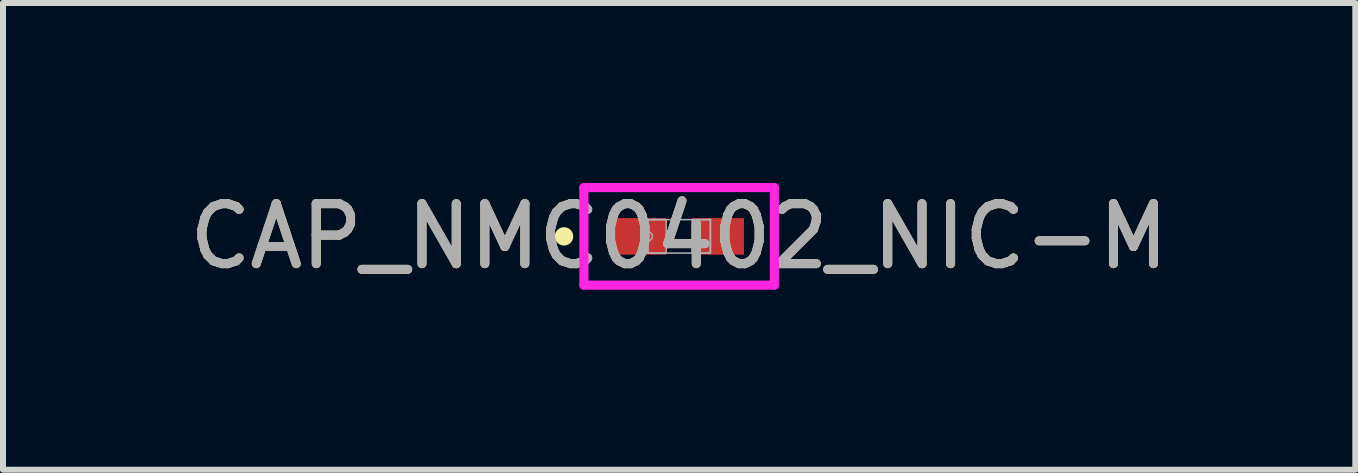
<source format=kicad_pcb>
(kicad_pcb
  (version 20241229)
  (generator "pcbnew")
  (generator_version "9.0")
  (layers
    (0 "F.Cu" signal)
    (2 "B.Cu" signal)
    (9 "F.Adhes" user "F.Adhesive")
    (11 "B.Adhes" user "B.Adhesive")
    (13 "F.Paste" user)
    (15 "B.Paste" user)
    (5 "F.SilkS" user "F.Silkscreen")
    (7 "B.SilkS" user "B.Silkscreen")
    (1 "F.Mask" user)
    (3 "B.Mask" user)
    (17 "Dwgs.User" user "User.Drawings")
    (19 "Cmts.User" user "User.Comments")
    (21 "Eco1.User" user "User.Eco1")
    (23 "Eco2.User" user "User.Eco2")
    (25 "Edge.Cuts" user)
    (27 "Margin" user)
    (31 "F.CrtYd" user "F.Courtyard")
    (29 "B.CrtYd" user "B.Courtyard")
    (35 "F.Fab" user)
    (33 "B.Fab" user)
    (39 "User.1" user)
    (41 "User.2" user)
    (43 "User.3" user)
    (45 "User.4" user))
  (footprint "CAP_NMC0402_NIC-M"
    (layer "F.Cu")
    (at 8.268 0.889)
    (property "Reference" "CAP_NMC0402_NIC-M" (at 0 0 0) (unlocked yes) (layer "F.SilkS") (effects (font (size 1 1) (thickness 0.15))))
    (attr smd)
    (fp_circle (center -1.918 0) (end -1.841 0) (stroke (width 0.152) (type solid)) (fill no) (layer "F.SilkS"))
    (fp_line (start -1.587 -0.813) (end 1.587 -0.813) (stroke (width 0.152) (type solid)) (layer "F.CrtYd"))
    (fp_line (start -1.587 0.813) (end -1.587 -0.813) (stroke (width 0.152) (type solid)) (layer "F.CrtYd"))
    (fp_line (start 1.587 -0.813) (end 1.587 0.813) (stroke (width 0.152) (type solid)) (layer "F.CrtYd"))
    (fp_line (start 1.587 0.813) (end -1.587 0.813) (stroke (width 0.152) (type solid)) (layer "F.CrtYd"))
    (fp_line (start -0.521 -0.279) (end -0.521 0.279) (stroke (width 0.025) (type solid)) (layer "F.Fab"))
    (fp_line (start -0.521 -0.279) (end -0.521 0.279) (stroke (width 0.025) (type solid)) (layer "F.Fab"))
    (fp_line (start -0.521 0.279) (end -0.216 0.279) (stroke (width 0.025) (type solid)) (layer "F.Fab"))
    (fp_line (start -0.521 0.279) (end 0.521 0.279) (stroke (width 0.025) (type solid)) (layer "F.Fab"))
    (fp_line (start -0.216 -0.279) (end -0.521 -0.279) (stroke (width 0.025) (type solid)) (layer "F.Fab"))
    (fp_line (start -0.216 0.279) (end -0.216 -0.279) (stroke (width 0.025) (type solid)) (layer "F.Fab"))
    (fp_line (start 0.216 -0.279) (end 0.216 0.279) (stroke (width 0.025) (type solid)) (layer "F.Fab"))
    (fp_line (start 0.216 0.279) (end 0.521 0.279) (stroke (width 0.025) (type solid)) (layer "F.Fab"))
    (fp_line (start 0.521 -0.279) (end -0.521 -0.279) (stroke (width 0.025) (type solid)) (layer "F.Fab"))
    (fp_line (start 0.521 -0.279) (end 0.216 -0.279) (stroke (width 0.025) (type solid)) (layer "F.Fab"))
    (fp_line (start 0.521 0.279) (end 0.521 -0.279) (stroke (width 0.025) (type solid)) (layer "F.Fab"))
    (fp_line (start 0.521 0.279) (end 0.521 -0.279) (stroke (width 0.025) (type solid)) (layer "F.Fab"))
    (fp_circle (center -0.521 0) (end -0.445 0) (stroke (width 0.025) (type solid)) (fill no) (layer "F.Fab"))
    (fp_text user "${REFERENCE}" (at 0 0 0) (unlocked yes) (layer "F.Fab") (effects (font (size 1 1) (thickness 0.15))))
    (pad "1" smd rect (at -0.648 0) (size 0.864 0.61) (layers "F.Cu" "F.Mask" "F.Paste"))
    (pad "2" smd rect (at 0.648 0) (size 0.864 0.61) (layers "F.Cu" "F.Mask" "F.Paste"))
    (zone (net_name "") (layer "F.Cu") (hatch full 0.508) (connect_pads) (min_thickness 0.254) (filled_areas_thickness no) (keepout (tracks not_allowed) (vias not_allowed) (pads allowed) (copperpour not_allowed) (footprints allowed)) (placement (enabled no)) (fill) (polygon (pts (xy 8.103 0.66) (xy 8.433 0.66) (xy 8.433 1.118) (xy 8.103 1.118)))))
  (gr_rect
    (start -3 -3)
    (end 19.536 4.778)
    (stroke (width 0.1) (type default))
    (fill no)
    (layer "Edge.Cuts")))
</source>
